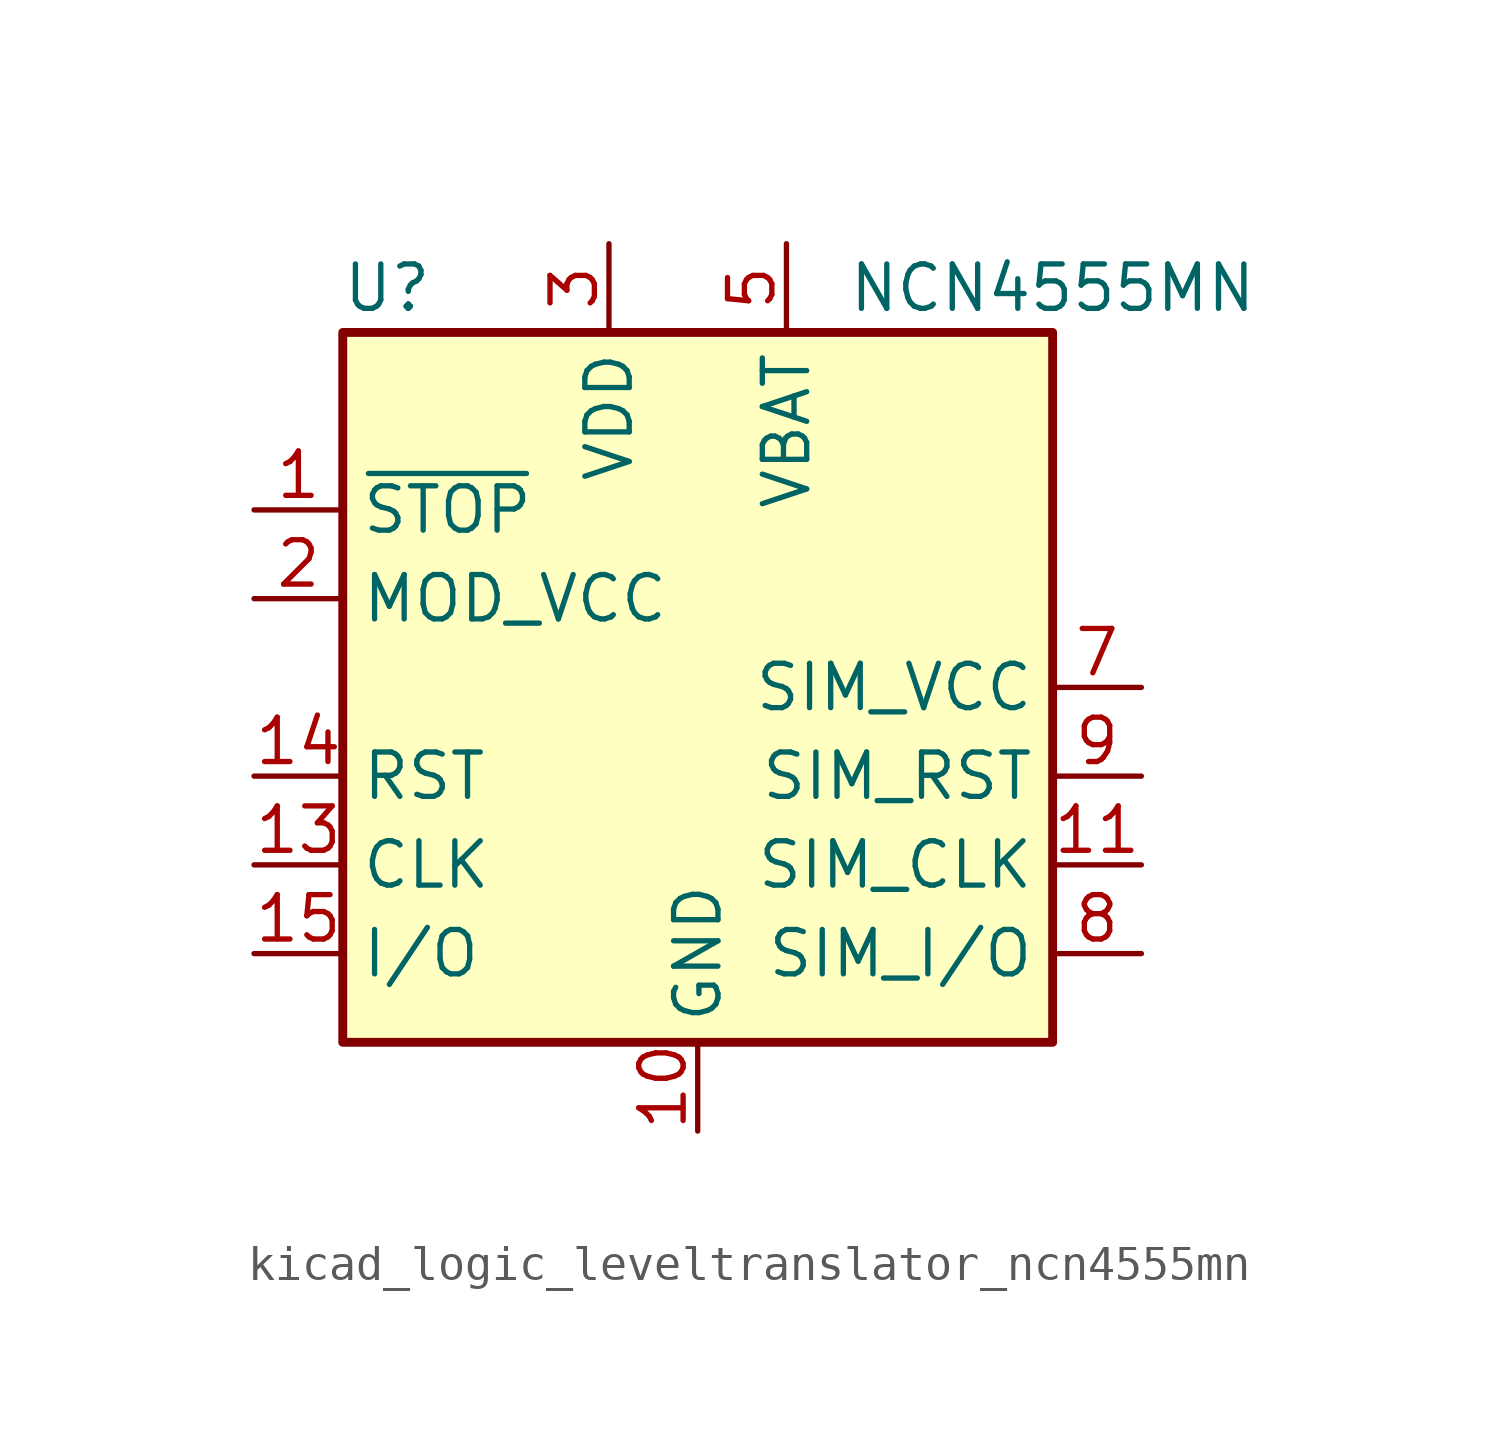
<source format=kicad_sym>
(kicad_symbol_lib
  (version 20220914)
  (generator kicad_symbol_editor)
  (symbol "kicad_logic_leveltranslator_ncn4555mn"
    (property "Reference" "U"
      (at -8.89 11.43 0)
      (effects (font (size 1.27 1.27))))
    (property "Value" "NCN4555MN"
      (at 10.16 11.43 0)
      (effects (font (size 1.27 1.27))))
    (symbol "kicad_logic_leveltranslator_ncn4555mn_0_1"
      (rectangle (start -10.16 10.16) (end 10.16 -10.16) (stroke (width 0.254) (type default)) (fill (type background))))
    (symbol "kicad_logic_leveltranslator_ncn4555mn_1_1"
      (pin input line (at -12.7 5.08 0) (length 2.54) (name "~{STOP}" (effects (font (size 1.27 1.27)))) (number "1" (effects (font (size 1.27 1.27)))))
      (pin power_in line (at 0 -12.7 90) (length 2.54) (name "GND" (effects (font (size 1.27 1.27)))) (number "10" (effects (font (size 1.27 1.27)))))
      (pin output line (at 12.7 -5.08 180) (length 2.54) (name "SIM_CLK" (effects (font (size 1.27 1.27)))) (number "11" (effects (font (size 1.27 1.27)))))
      (pin no_connect line (at 10.16 5.08 180) (length 2.54) hide (name "NC" (effects (font (size 1.27 1.27)))) (number "12" (effects (font (size 1.27 1.27)))))
      (pin input line (at -12.7 -5.08 0) (length 2.54) (name "CLK" (effects (font (size 1.27 1.27)))) (number "13" (effects (font (size 1.27 1.27)))))
      (pin input line (at -12.7 -2.54 0) (length 2.54) (name "RST" (effects (font (size 1.27 1.27)))) (number "14" (effects (font (size 1.27 1.27)))))
      (pin bidirectional line (at -12.7 -7.62 0) (length 2.54) (name "I/O" (effects (font (size 1.27 1.27)))) (number "15" (effects (font (size 1.27 1.27)))))
      (pin no_connect line (at 10.16 2.54 180) (length 2.54) hide (name "NC" (effects (font (size 1.27 1.27)))) (number "16" (effects (font (size 1.27 1.27)))))
      (pin passive line (at 0 -12.7 90) (length 2.54) hide (name "GND" (effects (font (size 1.27 1.27)))) (number "17" (effects (font (size 1.27 1.27)))))
      (pin input line (at -12.7 2.54 0) (length 2.54) (name "MOD_VCC" (effects (font (size 1.27 1.27)))) (number "2" (effects (font (size 1.27 1.27)))))
      (pin power_in line (at -2.54 12.7 270) (length 2.54) (name "VDD" (effects (font (size 1.27 1.27)))) (number "3" (effects (font (size 1.27 1.27)))))
      (pin no_connect line (at -10.16 7.62 0) (length 2.54) hide (name "NC" (effects (font (size 1.27 1.27)))) (number "4" (effects (font (size 1.27 1.27)))))
      (pin power_in line (at 2.54 12.7 270) (length 2.54) (name "VBAT" (effects (font (size 1.27 1.27)))) (number "5" (effects (font (size 1.27 1.27)))))
      (pin no_connect line (at 10.16 7.62 180) (length 2.54) hide (name "NC" (effects (font (size 1.27 1.27)))) (number "6" (effects (font (size 1.27 1.27)))))
      (pin power_out line (at 12.7 0 180) (length 2.54) (name "SIM_VCC" (effects (font (size 1.27 1.27)))) (number "7" (effects (font (size 1.27 1.27)))))
      (pin bidirectional line (at 12.7 -7.62 180) (length 2.54) (name "SIM_I/O" (effects (font (size 1.27 1.27)))) (number "8" (effects (font (size 1.27 1.27)))))
      (pin output line (at 12.7 -2.54 180) (length 2.54) (name "SIM_RST" (effects (font (size 1.27 1.27)))) (number "9" (effects (font (size 1.27 1.27))))))))
</source>
